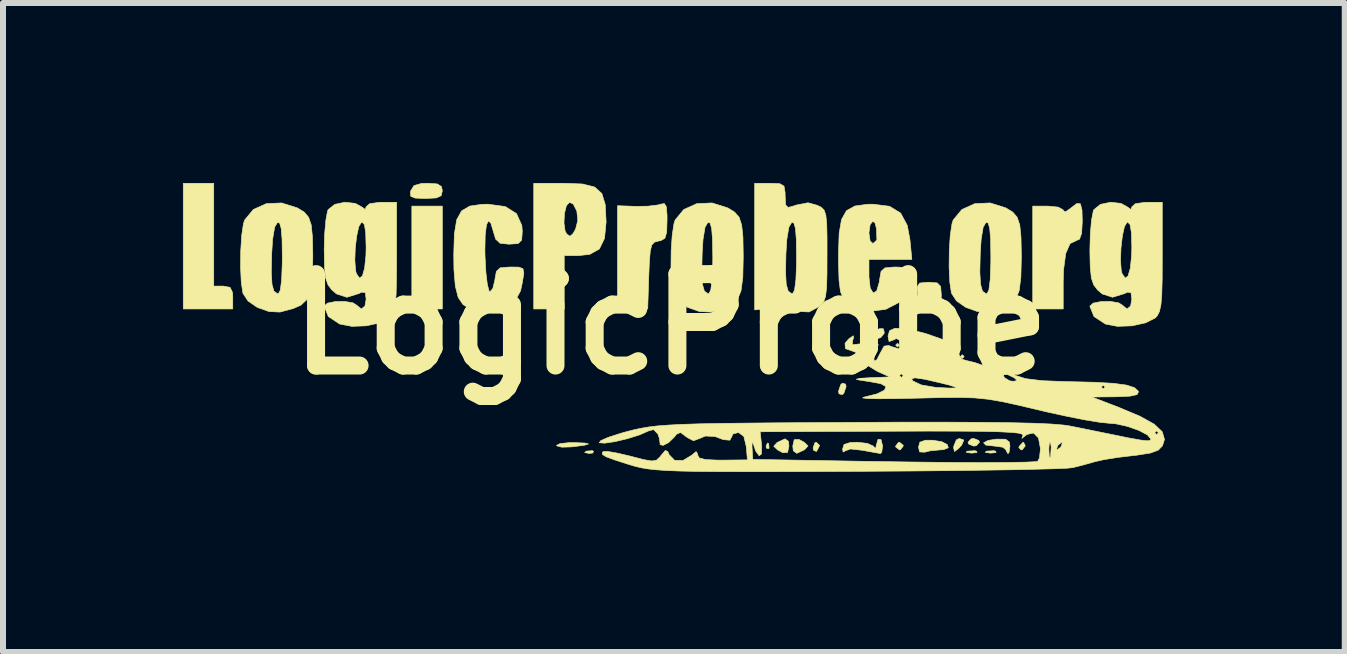
<source format=kicad_pcb>
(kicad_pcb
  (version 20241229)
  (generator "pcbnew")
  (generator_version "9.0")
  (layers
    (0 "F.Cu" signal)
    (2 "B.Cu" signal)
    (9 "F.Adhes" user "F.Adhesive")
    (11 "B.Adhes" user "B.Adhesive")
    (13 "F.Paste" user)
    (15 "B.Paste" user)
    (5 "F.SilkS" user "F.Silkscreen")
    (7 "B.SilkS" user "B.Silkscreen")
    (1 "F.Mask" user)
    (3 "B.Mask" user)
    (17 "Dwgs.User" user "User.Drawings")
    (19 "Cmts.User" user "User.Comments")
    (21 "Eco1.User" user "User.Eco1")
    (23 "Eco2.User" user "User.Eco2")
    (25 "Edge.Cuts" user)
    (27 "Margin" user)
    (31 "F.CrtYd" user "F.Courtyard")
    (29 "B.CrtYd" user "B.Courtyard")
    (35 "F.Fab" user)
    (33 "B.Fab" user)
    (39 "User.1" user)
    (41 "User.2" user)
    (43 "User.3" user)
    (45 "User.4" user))
  (footprint "LogicProbe"
    (layer "F.Cu")
    (at 8.133 2.354)
    (property "Reference" "LogicProbe" (at 0 0 0) (layer "F.SilkS") (effects (font (size 1.524 1.524) (thickness 0.3))))
    (attr through_hole)
    (fp_poly (pts (xy -3.81 -0.254) (xy -4.318 -0.254) (xy -4.318 -1.968) (xy -3.81 -1.968) (xy -3.81 -0.254)) (stroke (width 0.01) (type solid)) (fill yes) (layer "F.SilkS"))
    (fp_poly (pts (xy 3.81 0.349) (xy 3.778 0.381) (xy 3.747 0.349) (xy 3.778 0.318) (xy 3.81 0.349)) (stroke (width 0.01) (type solid)) (fill yes) (layer "F.SilkS"))
    (fp_poly (pts (xy 4.889 0.54) (xy 4.858 0.572) (xy 4.826 0.54) (xy 4.858 0.508) (xy 4.889 0.54)) (stroke (width 0.01) (type solid)) (fill yes) (layer "F.SilkS"))
    (fp_poly (pts (xy -1.287 2.121) (xy -1.306 2.149) (xy -1.371 2.154) (xy -1.438 2.138) (xy -1.409 2.116) (xy -1.31 2.108) (xy -1.287 2.121)) (stroke (width 0.01) (type solid)) (fill yes) (layer "F.SilkS"))
    (fp_poly (pts (xy 1.63 1.99) (xy 1.637 2.065) (xy 1.63 2.074) (xy 1.592 2.066) (xy 1.587 2.032) (xy 1.611 1.98) (xy 1.63 1.99)) (stroke (width 0.01) (type solid)) (fill yes) (layer "F.SilkS"))
    (fp_poly (pts (xy 5.096 2.117) (xy 5.104 2.14) (xy 5.016 2.149) (xy 4.926 2.139) (xy 4.937 2.117) (xy 5.067 2.109) (xy 5.096 2.117)) (stroke (width 0.01) (type solid)) (fill yes) (layer "F.SilkS"))
    (fp_poly (pts (xy 5.413 2.117) (xy 5.421 2.14) (xy 5.334 2.149) (xy 5.244 2.139) (xy 5.255 2.117) (xy 5.385 2.109) (xy 5.413 2.117)) (stroke (width 0.01) (type solid)) (fill yes) (layer "F.SilkS"))
    (fp_poly (pts (xy 2.475 2.017) (xy 2.477 2.028) (xy 2.431 2.116) (xy 2.424 2.121) (xy 2.377 2.101) (xy 2.371 2.061) (xy 2.4 1.978) (xy 2.424 1.968) (xy 2.475 2.017)) (stroke (width 0.01) (type solid)) (fill yes) (layer "F.SilkS"))
    (fp_poly (pts (xy 2.912 0.998) (xy 2.921 1.04) (xy 2.884 1.15) (xy 2.857 1.175) (xy 2.803 1.161) (xy 2.794 1.119) (xy 2.831 1.009) (xy 2.857 0.984) (xy 2.912 0.998)) (stroke (width 0.01) (type solid)) (fill yes) (layer "F.SilkS"))
    (fp_poly (pts (xy 3.872 2.017) (xy 3.873 2.032) (xy 3.825 2.094) (xy 3.81 2.095) (xy 3.748 2.047) (xy 3.747 2.032) (xy 3.795 1.97) (xy 3.81 1.968) (xy 3.872 2.017)) (stroke (width 0.01) (type solid)) (fill yes) (layer "F.SilkS"))
    (fp_poly (pts (xy 4.883 1.931) (xy 4.849 2.013) (xy 4.798 2.069) (xy 4.729 2.123) (xy 4.714 2.067) (xy 4.716 2.033) (xy 4.758 1.929) (xy 4.808 1.905) (xy 4.883 1.931)) (stroke (width 0.01) (type solid)) (fill yes) (layer "F.SilkS"))
    (fp_poly (pts (xy 5.133 1.939) (xy 5.144 1.968) (xy 5.092 2.025) (xy 5.048 2.032) (xy 4.964 1.998) (xy 4.953 1.968) (xy 5.004 1.912) (xy 5.048 1.905) (xy 5.133 1.939)) (stroke (width 0.01) (type solid)) (fill yes) (layer "F.SilkS"))
    (fp_poly (pts (xy 5.905 2.018) (xy 5.905 2.032) (xy 5.857 2.093) (xy 5.838 2.095) (xy 5.8 2.057) (xy 5.81 2.032) (xy 5.867 1.971) (xy 5.877 1.968) (xy 5.905 2.018)) (stroke (width 0.01) (type solid)) (fill yes) (layer "F.SilkS"))
    (fp_poly (pts (xy -7.62 -0.635) (xy -7.461 -0.635) (xy -7.348 -0.614) (xy -7.306 -0.527) (xy -7.303 -0.445) (xy -7.303 -0.254) (xy -8.128 -0.254) (xy -8.128 -2.349) (xy -7.62 -2.349) (xy -7.62 -0.635)) (stroke (width 0.01) (type solid)) (fill yes) (layer "F.SilkS"))
    (fp_poly (pts (xy 1.96 1.953) (xy 1.968 2.032) (xy 1.945 2.139) (xy 1.864 2.142) (xy 1.778 2.095) (xy 1.715 2.035) (xy 1.765 1.978) (xy 1.778 1.969) (xy 1.903 1.911) (xy 1.96 1.953)) (stroke (width 0.01) (type solid)) (fill yes) (layer "F.SilkS"))
    (fp_poly (pts (xy 2.223 1.969) (xy 2.286 2.029) (xy 2.235 2.086) (xy 2.223 2.095) (xy 2.098 2.153) (xy 2.041 2.111) (xy 2.032 2.032) (xy 2.056 1.925) (xy 2.137 1.922) (xy 2.223 1.969)) (stroke (width 0.01) (type solid)) (fill yes) (layer "F.SilkS"))
    (fp_poly (pts (xy -1.425 1.982) (xy -1.372 1.997) (xy -1.442 2.018) (xy -1.635 2.043) (xy -1.667 2.046) (xy -1.819 2.05) (xy -1.901 2.028) (xy -1.905 2.019) (xy -1.848 1.991) (xy -1.703 1.975) (xy -1.603 1.974) (xy -1.425 1.982)) (stroke (width 0.01) (type solid)) (fill yes) (layer "F.SilkS"))
    (fp_poly (pts (xy 3.542 0.076) (xy 3.556 0.133) (xy 3.556 0.152) (xy 3.5 0.222) (xy 3.365 0.268) (xy 3.233 0.272) (xy 3.175 0.243) (xy 3.175 0.241) (xy 3.227 0.182) (xy 3.338 0.125) (xy 3.481 0.075) (xy 3.542 0.076)) (stroke (width 0.01) (type solid)) (fill yes) (layer "F.SilkS"))
    (fp_poly (pts (xy 4.516 1.959) (xy 4.609 2.008) (xy 4.624 2.06) (xy 4.544 2.092) (xy 4.487 2.095) (xy 4.322 2.111) (xy 4.228 2.134) (xy 4.146 2.129) (xy 4.128 2.049) (xy 4.15 1.967) (xy 4.242 1.935) (xy 4.361 1.934) (xy 4.516 1.959)) (stroke (width 0.01) (type solid)) (fill yes) (layer "F.SilkS"))
    (fp_poly (pts (xy -3.893 -2.338) (xy -3.823 -2.293) (xy -3.81 -2.223) (xy -3.829 -2.142) (xy -3.908 -2.105) (xy -4.08 -2.096) (xy -4.09 -2.095) (xy -4.262 -2.102) (xy -4.336 -2.132) (xy -4.342 -2.199) (xy -4.336 -2.223) (xy -4.283 -2.31) (xy -4.161 -2.345) (xy -4.057 -2.349) (xy -3.893 -2.338)) (stroke (width 0.01) (type solid)) (fill yes) (layer "F.SilkS"))
    (fp_poly (pts (xy 4.44 -0.688) (xy 4.497 -0.63) (xy 4.508 -0.485) (xy 4.508 -0.476) (xy 4.498 -0.327) (xy 4.444 -0.265) (xy 4.325 -0.254) (xy 4.199 -0.27) (xy 4.14 -0.342) (xy 4.115 -0.476) (xy 4.106 -0.625) (xy 4.148 -0.686) (xy 4.273 -0.698) (xy 4.299 -0.699) (xy 4.44 -0.688)) (stroke (width 0.01) (type solid)) (fill yes) (layer "F.SilkS"))
    (fp_poly (pts (xy 5.581 1.918) (xy 5.642 1.964) (xy 5.652 2.03) (xy 5.638 2.134) (xy 5.62 2.159) (xy 5.589 2.11) (xy 5.588 2.095) (xy 5.533 2.051) (xy 5.4 2.032) (xy 5.397 2.032) (xy 5.248 2.015) (xy 5.213 1.977) (xy 5.289 1.937) (xy 5.429 1.916) (xy 5.581 1.918)) (stroke (width 0.01) (type solid)) (fill yes) (layer "F.SilkS"))
    (fp_poly (pts (xy -0.076 -1.959) (xy -0.064 -1.816) (xy -0.064 -1.726) (xy -0.07 -1.534) (xy -0.099 -1.434) (xy -0.166 -1.393) (xy -0.206 -1.386) (xy -0.275 -1.367) (xy -0.319 -1.319) (xy -0.344 -1.215) (xy -0.359 -1.03) (xy -0.368 -0.81) (xy -0.386 -0.254) (xy -0.889 -0.254) (xy -0.889 -1.975) (xy -0.587 -1.964) (xy -0.383 -1.967) (xy -0.218 -1.987) (xy -0.175 -1.999) (xy -0.109 -2.011) (xy -0.076 -1.959)) (stroke (width 0.01) (type solid)) (fill yes) (layer "F.SilkS"))
    (fp_poly (pts (xy 6.826 -2.007) (xy 6.853 -1.902) (xy 6.858 -1.714) (xy 6.847 -1.513) (xy 6.811 -1.416) (xy 6.765 -1.397) (xy 6.654 -1.343) (xy 6.582 -1.179) (xy 6.545 -0.9) (xy 6.54 -0.703) (xy 6.54 -0.254) (xy 6.032 -0.254) (xy 6.032 -1.968) (xy 6.287 -1.968) (xy 6.455 -1.952) (xy 6.537 -1.908) (xy 6.54 -1.895) (xy 6.577 -1.872) (xy 6.657 -1.927) (xy 6.765 -2.011) (xy 6.826 -2.007)) (stroke (width 0.01) (type solid)) (fill yes) (layer "F.SilkS"))
    (fp_poly (pts (xy 3.503 1.924) (xy 3.529 2.03) (xy 3.529 2.032) (xy 3.515 2.134) (xy 3.495 2.156) (xy 3.417 2.143) (xy 3.261 2.115) (xy 3.193 2.102) (xy 2.993 2.08) (xy 2.901 2.113) (xy 2.897 2.12) (xy 2.871 2.131) (xy 2.863 2.08) (xy 2.887 2.005) (xy 2.988 1.973) (xy 3.106 1.968) (xy 3.276 1.987) (xy 3.378 2.034) (xy 3.387 2.048) (xy 3.415 2.07) (xy 3.424 2.016) (xy 3.454 1.917) (xy 3.503 1.924)) (stroke (width 0.01) (type solid)) (fill yes) (layer "F.SilkS"))
    (fp_poly (pts (xy -1.473 -2.337) (xy -1.27 -2.286) (xy -1.15 -2.177) (xy -1.094 -1.993) (xy -1.08 -1.713) (xy -1.079 -1.71) (xy -1.106 -1.431) (xy -1.192 -1.254) (xy -1.352 -1.164) (xy -1.545 -1.143) (xy -1.778 -1.143) (xy -1.778 -0.254) (xy -2.286 -0.254) (xy -2.286 -1.688) (xy -1.782 -1.688) (xy -1.763 -1.552) (xy -1.736 -1.503) (xy -1.681 -1.466) (xy -1.632 -1.509) (xy -1.588 -1.586) (xy -1.551 -1.732) (xy -1.568 -1.887) (xy -1.627 -2.002) (xy -1.69 -2.032) (xy -1.741 -1.977) (xy -1.774 -1.846) (xy -1.782 -1.688) (xy -2.286 -1.688) (xy -2.286 -2.349) (xy -1.782 -2.349) (xy -1.473 -2.337)) (stroke (width 0.01) (type solid)) (fill yes) (layer "F.SilkS"))
    (fp_poly (pts (xy -6.228 -1.939) (xy -6.228 -1.939) (xy -6.113 -1.869) (xy -6.039 -1.783) (xy -5.995 -1.654) (xy -5.975 -1.455) (xy -5.969 -1.161) (xy -5.969 -1.102) (xy -5.977 -0.778) (xy -6.006 -0.555) (xy -6.067 -0.41) (xy -6.168 -0.317) (xy -6.295 -0.261) (xy -6.516 -0.202) (xy -6.7 -0.211) (xy -6.896 -0.281) (xy -7.05 -0.388) (xy -7.134 -0.517) (xy -7.161 -0.699) (xy -7.169 -0.866) (xy -6.661 -0.866) (xy -6.649 -0.664) (xy -6.617 -0.551) (xy -6.561 -0.51) (xy -6.542 -0.508) (xy -6.51 -0.569) (xy -6.488 -0.742) (xy -6.478 -1.012) (xy -6.477 -1.117) (xy -6.481 -1.412) (xy -6.496 -1.597) (xy -6.522 -1.686) (xy -6.556 -1.699) (xy -6.605 -1.618) (xy -6.639 -1.414) (xy -6.654 -1.175) (xy -6.661 -0.866) (xy -7.169 -0.866) (xy -7.173 -0.949) (xy -7.17 -1.224) (xy -7.154 -1.48) (xy -7.125 -1.674) (xy -7.105 -1.736) (xy -6.961 -1.911) (xy -6.745 -2.009) (xy -6.489 -2.021) (xy -6.228 -1.939)) (stroke (width 0.01) (type solid)) (fill yes) (layer "F.SilkS"))
    (fp_poly (pts (xy 0.947 -1.939) (xy 0.948 -1.939) (xy 1.062 -1.869) (xy 1.137 -1.783) (xy 1.18 -1.654) (xy 1.201 -1.455) (xy 1.206 -1.161) (xy 1.206 -1.102) (xy 1.199 -0.778) (xy 1.169 -0.555) (xy 1.109 -0.41) (xy 1.008 -0.317) (xy 0.881 -0.261) (xy 0.66 -0.202) (xy 0.476 -0.211) (xy 0.279 -0.281) (xy 0.125 -0.388) (xy 0.042 -0.517) (xy 0.014 -0.699) (xy 0.006 -0.866) (xy 0.515 -0.866) (xy 0.526 -0.664) (xy 0.559 -0.551) (xy 0.615 -0.51) (xy 0.633 -0.508) (xy 0.665 -0.569) (xy 0.687 -0.742) (xy 0.698 -1.012) (xy 0.699 -1.117) (xy 0.694 -1.412) (xy 0.68 -1.597) (xy 0.653 -1.686) (xy 0.619 -1.699) (xy 0.57 -1.618) (xy 0.536 -1.414) (xy 0.521 -1.175) (xy 0.515 -0.866) (xy 0.006 -0.866) (xy 0.002 -0.949) (xy 0.005 -1.224) (xy 0.022 -1.48) (xy 0.051 -1.674) (xy 0.071 -1.736) (xy 0.214 -1.911) (xy 0.431 -2.009) (xy 0.686 -2.021) (xy 0.947 -1.939)) (stroke (width 0.01) (type solid)) (fill yes) (layer "F.SilkS"))
    (fp_poly (pts (xy 5.583 -1.939) (xy 5.583 -1.939) (xy 5.698 -1.869) (xy 5.772 -1.783) (xy 5.816 -1.654) (xy 5.836 -1.455) (xy 5.842 -1.161) (xy 5.842 -1.102) (xy 5.834 -0.778) (xy 5.805 -0.555) (xy 5.744 -0.41) (xy 5.643 -0.317) (xy 5.516 -0.261) (xy 5.295 -0.202) (xy 5.111 -0.211) (xy 4.915 -0.281) (xy 4.761 -0.388) (xy 4.677 -0.517) (xy 4.65 -0.699) (xy 4.642 -0.866) (xy 5.15 -0.866) (xy 5.162 -0.664) (xy 5.194 -0.551) (xy 5.25 -0.51) (xy 5.269 -0.508) (xy 5.301 -0.569) (xy 5.323 -0.742) (xy 5.333 -1.012) (xy 5.334 -1.117) (xy 5.33 -1.412) (xy 5.315 -1.597) (xy 5.289 -1.686) (xy 5.255 -1.699) (xy 5.206 -1.618) (xy 5.172 -1.414) (xy 5.157 -1.175) (xy 5.15 -0.866) (xy 4.642 -0.866) (xy 4.638 -0.949) (xy 4.641 -1.224) (xy 4.657 -1.48) (xy 4.686 -1.674) (xy 4.706 -1.736) (xy 4.85 -1.911) (xy 5.066 -2.009) (xy 5.322 -2.021) (xy 5.583 -1.939)) (stroke (width 0.01) (type solid)) (fill yes) (layer "F.SilkS"))
    (fp_poly (pts (xy -2.761 -1.961) (xy -2.573 -1.843) (xy -2.484 -1.645) (xy -2.477 -1.546) (xy -2.487 -1.402) (xy -2.546 -1.344) (xy -2.693 -1.334) (xy -2.694 -1.333) (xy -2.847 -1.349) (xy -2.921 -1.418) (xy -2.953 -1.524) (xy -3 -1.682) (xy -3.041 -1.723) (xy -3.074 -1.655) (xy -3.095 -1.489) (xy -3.1 -1.232) (xy -3.098 -1.127) (xy -3.083 -0.859) (xy -3.059 -0.659) (xy -3.03 -0.552) (xy -3.016 -0.54) (xy -2.968 -0.595) (xy -2.935 -0.731) (xy -2.933 -0.746) (xy -2.909 -0.881) (xy -2.846 -0.939) (xy -2.704 -0.952) (xy -2.669 -0.953) (xy -2.535 -0.951) (xy -2.466 -0.926) (xy -2.451 -0.851) (xy -2.476 -0.695) (xy -2.505 -0.557) (xy -2.602 -0.379) (xy -2.784 -0.257) (xy -3.018 -0.203) (xy -3.27 -0.229) (xy -3.345 -0.254) (xy -3.465 -0.327) (xy -3.545 -0.446) (xy -3.593 -0.634) (xy -3.616 -0.911) (xy -3.619 -1.161) (xy -3.609 -1.504) (xy -3.57 -1.741) (xy -3.488 -1.889) (xy -3.352 -1.969) (xy -3.148 -1.998) (xy -3.048 -2) (xy -2.761 -1.961)) (stroke (width 0.01) (type solid)) (fill yes) (layer "F.SilkS"))
    (fp_poly (pts (xy 1.814 -2.343) (xy 1.886 -2.301) (xy 1.904 -2.194) (xy 1.905 -2.133) (xy 1.912 -1.989) (xy 1.954 -1.946) (xy 2.065 -1.976) (xy 2.091 -1.986) (xy 2.286 -2.024) (xy 2.44 -1.982) (xy 2.509 -1.947) (xy 2.555 -1.9) (xy 2.583 -1.817) (xy 2.598 -1.677) (xy 2.603 -1.455) (xy 2.603 -1.148) (xy 2.602 -0.824) (xy 2.595 -0.604) (xy 2.578 -0.462) (xy 2.548 -0.375) (xy 2.5 -0.318) (xy 2.462 -0.289) (xy 2.303 -0.204) (xy 2.175 -0.21) (xy 2.107 -0.245) (xy 1.999 -0.27) (xy 1.816 -0.275) (xy 1.711 -0.268) (xy 1.397 -0.238) (xy 1.397 -0.866) (xy 1.912 -0.866) (xy 1.923 -0.664) (xy 1.956 -0.551) (xy 2.012 -0.51) (xy 2.03 -0.508) (xy 2.062 -0.569) (xy 2.084 -0.742) (xy 2.095 -1.012) (xy 2.095 -1.117) (xy 2.091 -1.412) (xy 2.077 -1.597) (xy 2.05 -1.686) (xy 2.016 -1.699) (xy 1.967 -1.618) (xy 1.933 -1.414) (xy 1.918 -1.175) (xy 1.912 -0.866) (xy 1.397 -0.866) (xy 1.397 -2.349) (xy 1.651 -2.349) (xy 1.814 -2.343)) (stroke (width 0.01) (type solid)) (fill yes) (layer "F.SilkS"))
    (fp_poly (pts (xy 3.645 -1.965) (xy 3.83 -1.852) (xy 3.941 -1.646) (xy 3.986 -1.402) (xy 4.017 -1.079) (xy 3.302 -1.079) (xy 3.302 -0.788) (xy 3.323 -0.601) (xy 3.372 -0.521) (xy 3.43 -0.552) (xy 3.474 -0.699) (xy 3.481 -0.751) (xy 3.504 -0.881) (xy 3.567 -0.938) (xy 3.708 -0.952) (xy 3.751 -0.953) (xy 3.912 -0.945) (xy 3.983 -0.902) (xy 4 -0.799) (xy 4 -0.766) (xy 3.944 -0.536) (xy 3.795 -0.358) (xy 3.58 -0.247) (xy 3.328 -0.216) (xy 3.073 -0.278) (xy 2.955 -0.342) (xy 2.875 -0.422) (xy 2.827 -0.544) (xy 2.803 -0.732) (xy 2.795 -1.011) (xy 2.794 -1.17) (xy 2.805 -1.511) (xy 2.806 -1.519) (xy 3.302 -1.519) (xy 3.321 -1.387) (xy 3.368 -1.345) (xy 3.37 -1.346) (xy 3.432 -1.4) (xy 3.434 -1.414) (xy 3.43 -1.511) (xy 3.429 -1.587) (xy 3.402 -1.691) (xy 3.365 -1.714) (xy 3.321 -1.659) (xy 3.302 -1.525) (xy 3.302 -1.519) (xy 2.806 -1.519) (xy 2.845 -1.746) (xy 2.928 -1.893) (xy 3.068 -1.97) (xy 3.278 -1.999) (xy 3.37 -2) (xy 3.645 -1.965)) (stroke (width 0.01) (type solid)) (fill yes) (layer "F.SilkS"))
    (fp_poly (pts (xy -5.259 -2.013) (xy -5.156 -1.956) (xy -5.093 -1.912) (xy -5.08 -1.956) (xy -5.022 -2.008) (xy -4.863 -2.031) (xy -4.826 -2.032) (xy -4.572 -2.032) (xy -4.572 -1.121) (xy -4.574 -0.757) (xy -4.58 -0.498) (xy -4.595 -0.323) (xy -4.619 -0.211) (xy -4.656 -0.14) (xy -4.688 -0.105) (xy -4.848 -0.023) (xy -5.077 0.027) (xy -5.318 0.036) (xy -5.517 -0.002) (xy -5.523 -0.004) (xy -5.71 -0.128) (xy -5.777 -0.294) (xy -5.778 -0.302) (xy -5.724 -0.351) (xy -5.594 -0.377) (xy -5.436 -0.379) (xy -5.3 -0.356) (xy -5.239 -0.318) (xy -5.161 -0.254) (xy -5.1 -0.301) (xy -5.08 -0.415) (xy -5.093 -0.526) (xy -5.152 -0.534) (xy -5.203 -0.51) (xy -5.401 -0.449) (xy -5.573 -0.505) (xy -5.652 -0.572) (xy -5.715 -0.655) (xy -5.754 -0.768) (xy -5.773 -0.943) (xy -5.775 -1.064) (xy -5.268 -1.064) (xy -5.256 -0.898) (xy -5.243 -0.844) (xy -5.19 -0.768) (xy -5.142 -0.804) (xy -5.105 -0.935) (xy -5.083 -1.147) (xy -5.08 -1.279) (xy -5.087 -1.525) (xy -5.108 -1.66) (xy -5.148 -1.701) (xy -5.159 -1.699) (xy -5.202 -1.627) (xy -5.237 -1.47) (xy -5.261 -1.269) (xy -5.268 -1.064) (xy -5.775 -1.064) (xy -5.778 -1.21) (xy -5.779 -1.242) (xy -5.771 -1.507) (xy -5.751 -1.734) (xy -5.723 -1.884) (xy -5.713 -1.909) (xy -5.603 -1.997) (xy -5.433 -2.033) (xy -5.259 -2.013)) (stroke (width 0.01) (type solid)) (fill yes) (layer "F.SilkS"))
    (fp_poly (pts (xy 7.505 -2.013) (xy 7.607 -1.956) (xy 7.67 -1.912) (xy 7.684 -1.956) (xy 7.742 -2.008) (xy 7.901 -2.031) (xy 7.938 -2.032) (xy 8.191 -2.032) (xy 8.191 -1.121) (xy 8.19 -0.757) (xy 8.183 -0.498) (xy 8.169 -0.323) (xy 8.144 -0.211) (xy 8.108 -0.14) (xy 8.076 -0.105) (xy 7.915 -0.023) (xy 7.687 0.027) (xy 7.445 0.036) (xy 7.246 -0.002) (xy 7.241 -0.004) (xy 7.053 -0.128) (xy 6.986 -0.294) (xy 6.986 -0.302) (xy 7.04 -0.351) (xy 7.17 -0.377) (xy 7.327 -0.379) (xy 7.464 -0.356) (xy 7.525 -0.318) (xy 7.602 -0.254) (xy 7.663 -0.301) (xy 7.684 -0.415) (xy 7.67 -0.526) (xy 7.611 -0.534) (xy 7.561 -0.51) (xy 7.362 -0.449) (xy 7.19 -0.505) (xy 7.112 -0.572) (xy 7.048 -0.655) (xy 7.01 -0.768) (xy 6.991 -0.943) (xy 6.988 -1.064) (xy 7.495 -1.064) (xy 7.507 -0.898) (xy 7.521 -0.844) (xy 7.573 -0.768) (xy 7.621 -0.804) (xy 7.659 -0.935) (xy 7.68 -1.147) (xy 7.684 -1.279) (xy 7.677 -1.525) (xy 7.655 -1.66) (xy 7.615 -1.701) (xy 7.604 -1.699) (xy 7.561 -1.627) (xy 7.526 -1.47) (xy 7.503 -1.269) (xy 7.495 -1.064) (xy 6.988 -1.064) (xy 6.985 -1.21) (xy 6.985 -1.242) (xy 6.992 -1.507) (xy 7.012 -1.734) (xy 7.041 -1.884) (xy 7.051 -1.909) (xy 7.16 -1.997) (xy 7.331 -2.033) (xy 7.505 -2.013)) (stroke (width 0.01) (type solid)) (fill yes) (layer "F.SilkS"))
    (fp_poly (pts (xy 3.905 0.078) (xy 4.172 0.136) (xy 4.245 0.155) (xy 4.506 0.246) (xy 4.698 0.353) (xy 4.799 0.464) (xy 4.808 0.524) (xy 4.849 0.583) (xy 4.921 0.605) (xy 5.067 0.64) (xy 5.248 0.703) (xy 5.259 0.708) (xy 5.405 0.758) (xy 5.483 0.747) (xy 5.532 0.682) (xy 5.608 0.592) (xy 5.671 0.578) (xy 5.682 0.642) (xy 5.673 0.67) (xy 5.666 0.775) (xy 5.743 0.854) (xy 5.914 0.908) (xy 6.189 0.942) (xy 6.579 0.957) (xy 6.636 0.958) (xy 7.063 0.968) (xy 7.377 0.986) (xy 7.594 1.015) (xy 7.726 1.057) (xy 7.789 1.114) (xy 7.795 1.127) (xy 7.771 1.174) (xy 7.651 1.2) (xy 7.419 1.21) (xy 7.419 1.21) (xy 7.017 1.214) (xy 7.463 1.385) (xy 7.818 1.534) (xy 8.058 1.667) (xy 8.191 1.793) (xy 8.228 1.92) (xy 8.195 2.026) (xy 8.126 2.099) (xy 7.994 2.148) (xy 7.77 2.183) (xy 7.7 2.191) (xy 7.447 2.221) (xy 7.218 2.258) (xy 7.08 2.289) (xy 6.869 2.348) (xy 6.699 2.391) (xy 6.601 2.401) (xy 6.387 2.41) (xy 6.072 2.418) (xy 5.668 2.427) (xy 5.186 2.434) (xy 4.64 2.441) (xy 4.042 2.447) (xy 3.405 2.451) (xy 3.111 2.453) (xy 2.366 2.456) (xy 1.736 2.458) (xy 1.21 2.458) (xy 0.777 2.457) (xy 0.427 2.454) (xy 0.146 2.448) (xy -0.075 2.439) (xy -0.248 2.427) (xy -0.385 2.412) (xy -0.496 2.393) (xy -0.593 2.37) (xy -0.688 2.342) (xy -0.699 2.339) (xy -0.94 2.261) (xy -1.081 2.209) (xy -1.141 2.171) (xy -1.142 2.139) (xy -1.129 2.124) (xy -1.055 2.121) (xy -0.893 2.149) (xy -0.679 2.199) (xy -0.675 2.2) (xy -0.452 2.258) (xy -0.319 2.28) (xy -0.242 2.268) (xy -0.188 2.219) (xy -0.164 2.188) (xy -0.092 2.104) (xy -0.052 2.123) (xy -0.029 2.175) (xy 0.062 2.269) (xy 0.202 2.272) (xy 0.345 2.186) (xy 0.421 2.123) (xy 0.444 2.157) (xy 0.445 2.178) (xy 0.474 2.23) (xy 0.578 2.257) (xy 0.779 2.266) (xy 0.86 2.266) (xy 1.276 2.262) (xy 1.257 2.042) (xy 1.256 2.035) (xy 1.352 2.035) (xy 1.354 2.064) (xy 1.365 2.254) (xy 3.239 2.286) (xy 3.968 2.297) (xy 4.607 2.304) (xy 5.148 2.307) (xy 5.584 2.305) (xy 5.908 2.3) (xy 6.111 2.29) (xy 6.112 2.29) (xy 6.144 2.231) (xy 6.159 2.095) (xy 6.301 2.095) (xy 6.308 2.211) (xy 6.324 2.225) (xy 6.33 2.207) (xy 6.337 2.091) (xy 6.429 2.091) (xy 6.438 2.095) (xy 6.496 2.051) (xy 6.509 2.032) (xy 6.525 1.973) (xy 6.516 1.968) (xy 6.458 2.013) (xy 6.445 2.032) (xy 6.429 2.091) (xy 6.337 2.091) (xy 6.34 2.046) (xy 6.33 1.984) (xy 6.312 1.965) (xy 6.302 2.052) (xy 6.301 2.095) (xy 6.159 2.095) (xy 6.159 2.093) (xy 6.16 2.071) (xy 6.128 1.897) (xy 6.046 1.814) (xy 5.934 1.838) (xy 5.904 1.862) (xy 5.85 1.904) (xy 5.869 1.856) (xy 5.859 1.834) (xy 5.795 1.816) (xy 5.666 1.803) (xy 5.462 1.793) (xy 5.172 1.786) (xy 4.786 1.783) (xy 4.294 1.782) (xy 3.701 1.784) (xy 1.488 1.793) (xy 1.513 2.023) (xy 1.51 2.164) (xy 1.471 2.193) (xy 1.414 2.114) (xy 1.376 2) (xy 1.356 1.958) (xy 1.352 2.035) (xy 1.256 2.035) (xy 1.216 1.87) (xy 1.127 1.805) (xy 1.034 1.83) (xy 1.016 1.873) (xy 0.983 1.934) (xy 0.873 1.924) (xy 0.738 1.873) (xy 0.575 1.864) (xy 0.494 1.899) (xy 0.377 1.943) (xy 0.27 1.887) (xy 0.254 1.874) (xy 0.161 1.805) (xy 0.096 1.833) (xy 0.054 1.885) (xy -0.037 1.973) (xy -0.128 2.02) (xy -0.18 2.008) (xy -0.18 1.984) (xy -0.195 1.892) (xy -0.218 1.829) (xy -0.288 1.756) (xy -0.371 1.779) (xy -0.525 1.846) (xy -0.727 1.909) (xy -0.934 1.958) (xy -1.104 1.983) (xy -1.194 1.976) (xy -1.17 1.942) (xy -1.046 1.887) (xy -0.846 1.822) (xy -0.743 1.793) (xy -0.622 1.762) (xy -0.503 1.736) (xy -0.375 1.714) (xy -0.226 1.696) (xy -0.043 1.682) (xy 0.185 1.67) (xy 0.47 1.661) (xy 0.824 1.654) (xy 1.26 1.649) (xy 1.789 1.644) (xy 2.424 1.64) (xy 3.016 1.637) (xy 3.851 1.633) (xy 4.565 1.633) (xy 5.164 1.636) (xy 5.655 1.642) (xy 6.045 1.651) (xy 6.339 1.664) (xy 6.543 1.681) (xy 6.636 1.694) (xy 6.911 1.749) (xy 7.195 1.807) (xy 7.334 1.835) (xy 7.632 1.896) (xy 7.827 1.931) (xy 7.94 1.944) (xy 7.991 1.936) (xy 8.001 1.915) (xy 7.945 1.846) (xy 7.876 1.81) (xy 8.065 1.81) (xy 8.096 1.841) (xy 8.128 1.81) (xy 8.096 1.778) (xy 8.065 1.81) (xy 7.876 1.81) (xy 7.802 1.771) (xy 7.613 1.704) (xy 7.415 1.66) (xy 7.302 1.651) (xy 7.152 1.636) (xy 6.907 1.596) (xy 6.599 1.535) (xy 6.255 1.46) (xy 6.118 1.427) (xy 5.778 1.347) (xy 5.511 1.289) (xy 5.286 1.251) (xy 5.069 1.229) (xy 4.829 1.221) (xy 4.532 1.223) (xy 4.146 1.232) (xy 4.068 1.234) (xy 3.729 1.241) (xy 3.461 1.243) (xy 3.278 1.239) (xy 3.195 1.229) (xy 3.224 1.215) (xy 3.435 1.162) (xy 3.56 1.1) (xy 3.586 1.04) (xy 3.501 0.993) (xy 3.486 0.989) (xy 3.305 0.956) (xy 3.143 0.932) (xy 3.09 0.917) (xy 3.124 0.91) (xy 4.012 0.91) (xy 4.035 0.947) (xy 4.175 1.013) (xy 4.417 1.054) (xy 4.636 1.065) (xy 4.742 1.063) (xy 4.746 1.048) (xy 4.744 1.048) (xy 7.176 1.048) (xy 7.207 1.079) (xy 7.239 1.048) (xy 7.207 1.016) (xy 7.176 1.048) (xy 4.744 1.048) (xy 4.64 1.015) (xy 4.508 0.982) (xy 4.232 0.918) (xy 4.069 0.894) (xy 4.012 0.91) (xy 3.124 0.91) (xy 3.154 0.903) (xy 3.302 0.893) (xy 3.651 0.879) (xy 3.602 0.857) (xy 3.81 0.857) (xy 3.842 0.889) (xy 3.873 0.857) (xy 3.858 0.842) (xy 5.543 0.842) (xy 5.556 0.889) (xy 5.647 0.944) (xy 5.703 0.952) (xy 5.774 0.941) (xy 5.728 0.897) (xy 5.715 0.889) (xy 5.599 0.833) (xy 5.543 0.842) (xy 3.858 0.842) (xy 3.842 0.826) (xy 3.81 0.857) (xy 3.602 0.857) (xy 3.448 0.79) (xy 3.287 0.692) (xy 3.178 0.578) (xy 3.175 0.572) (xy 3.086 0.471) (xy 3.018 0.445) (xy 2.909 0.407) (xy 2.903 0.319) (xy 2.965 0.245) (xy 3.041 0.193) (xy 3.044 0.232) (xy 3.031 0.267) (xy 3.023 0.343) (xy 3.093 0.335) (xy 3.162 0.327) (xy 3.146 0.377) (xy 3.13 0.425) (xy 3.201 0.401) (xy 3.227 0.387) (xy 3.387 0.32) (xy 3.456 0.337) (xy 3.432 0.438) (xy 3.426 0.45) (xy 3.384 0.565) (xy 3.39 0.617) (xy 3.434 0.592) (xy 3.49 0.483) (xy 3.554 0.366) (xy 3.633 0.355) (xy 3.667 0.37) (xy 3.798 0.41) (xy 3.879 0.388) (xy 3.88 0.319) (xy 3.856 0.287) (xy 3.758 0.239) (xy 3.699 0.268) (xy 3.637 0.289) (xy 3.619 0.198) (xy 3.646 0.108) (xy 3.735 0.068) (xy 3.905 0.078)) (stroke (width 0.01) (type solid)) (fill yes) (layer "F.SilkS")))
  (gr_rect
    (start -3 -3)
    (end 19.366 7.818)
    (stroke (width 0.1) (type default))
    (fill no)
    (layer "Edge.Cuts")))
</source>
